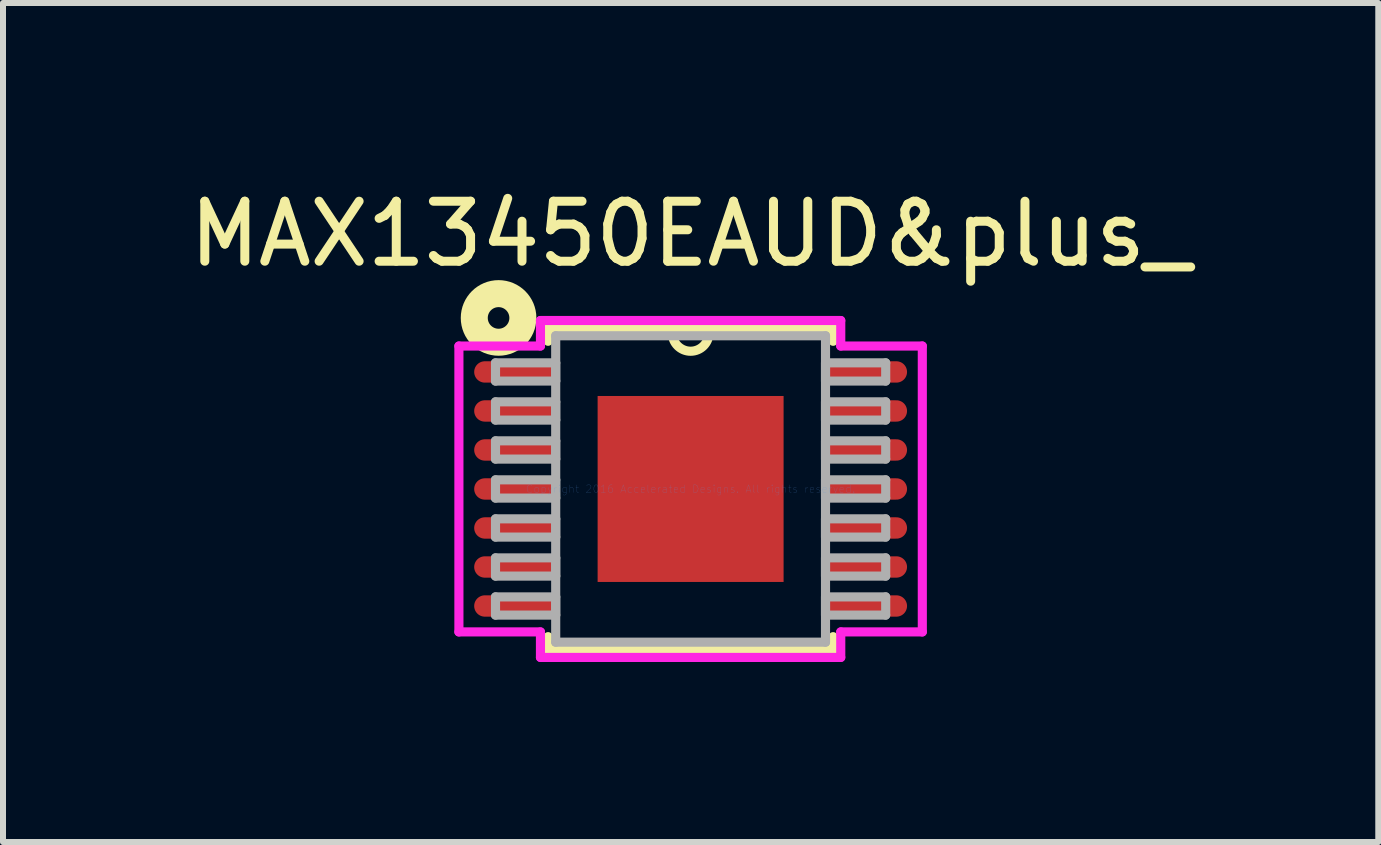
<source format=kicad_pcb>
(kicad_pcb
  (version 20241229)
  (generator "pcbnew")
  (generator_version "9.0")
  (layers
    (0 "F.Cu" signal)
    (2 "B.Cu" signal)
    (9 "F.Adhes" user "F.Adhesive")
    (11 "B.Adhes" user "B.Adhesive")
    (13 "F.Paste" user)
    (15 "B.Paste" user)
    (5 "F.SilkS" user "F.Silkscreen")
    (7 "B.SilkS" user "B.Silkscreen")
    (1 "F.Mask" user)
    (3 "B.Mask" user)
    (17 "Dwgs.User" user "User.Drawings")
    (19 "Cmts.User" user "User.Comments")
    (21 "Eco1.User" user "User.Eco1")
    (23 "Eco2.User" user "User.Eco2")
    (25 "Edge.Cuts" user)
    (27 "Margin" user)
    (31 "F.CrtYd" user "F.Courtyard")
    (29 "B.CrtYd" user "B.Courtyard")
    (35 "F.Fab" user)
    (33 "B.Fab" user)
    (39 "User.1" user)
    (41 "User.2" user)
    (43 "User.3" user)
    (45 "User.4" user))
  (footprint "MAX13450EAUD&plus_"
    (layer "F.Cu")
    (at 8.458 5.098)
    (property "Reference" "MAX13450EAUD&plus_" (at 0 -4.25 0) (layer "F.SilkS") (effects (font (size 1 1) (thickness 0.15))))
    (attr through_hole)
    (fp_line (start -2.375 -2.68) (end -2.375 -2.461) (stroke (width 0.152) (type solid)) (layer "F.SilkS"))
    (fp_line (start -2.375 2.461) (end -2.375 2.68) (stroke (width 0.152) (type solid)) (layer "F.SilkS"))
    (fp_line (start -2.375 2.68) (end 2.375 2.68) (stroke (width 0.152) (type solid)) (layer "F.SilkS"))
    (fp_line (start 2.375 -2.68) (end -2.375 -2.68) (stroke (width 0.152) (type solid)) (layer "F.SilkS"))
    (fp_line (start 2.375 -2.461) (end 2.375 -2.68) (stroke (width 0.152) (type solid)) (layer "F.SilkS"))
    (fp_line (start 2.375 2.68) (end 2.375 2.461) (stroke (width 0.152) (type solid)) (layer "F.SilkS"))
    (fp_arc (start 0.3048 -2.6) (mid 0 -2.2952) (end -0.3048 -2.6) (stroke (width 0.1524) (type solid)) (layer "F.SilkS"))
    (fp_circle (center -3.2 -2.85) (end -3.02 -2.85) (stroke (width 0.45) (type solid)) (fill no) (layer "F.SilkS"))
    (fp_line (start -1.449 -1.449) (end -1.449 -0.1) (stroke (width 0.152) (type solid)) (layer "F.Paste"))
    (fp_line (start -1.449 -0.1) (end -0.1 -0.1) (stroke (width 0.152) (type solid)) (layer "F.Paste"))
    (fp_line (start -1.449 0.1) (end -1.449 1.449) (stroke (width 0.152) (type solid)) (layer "F.Paste"))
    (fp_line (start -1.449 1.449) (end -0.1 1.449) (stroke (width 0.152) (type solid)) (layer "F.Paste"))
    (fp_line (start -0.1 -1.449) (end -1.449 -1.449) (stroke (width 0.152) (type solid)) (layer "F.Paste"))
    (fp_line (start -0.1 -0.1) (end -0.1 -1.449) (stroke (width 0.152) (type solid)) (layer "F.Paste"))
    (fp_line (start -0.1 0.1) (end -1.449 0.1) (stroke (width 0.152) (type solid)) (layer "F.Paste"))
    (fp_line (start -0.1 1.449) (end -0.1 0.1) (stroke (width 0.152) (type solid)) (layer "F.Paste"))
    (fp_line (start 0.1 -1.449) (end 0.1 -0.1) (stroke (width 0.152) (type solid)) (layer "F.Paste"))
    (fp_line (start 0.1 -0.1) (end 1.449 -0.1) (stroke (width 0.152) (type solid)) (layer "F.Paste"))
    (fp_line (start 0.1 0.1) (end 0.1 1.449) (stroke (width 0.152) (type solid)) (layer "F.Paste"))
    (fp_line (start 0.1 1.449) (end 1.449 1.449) (stroke (width 0.152) (type solid)) (layer "F.Paste"))
    (fp_line (start 1.449 -1.449) (end 0.1 -1.449) (stroke (width 0.152) (type solid)) (layer "F.Paste"))
    (fp_line (start 1.449 -0.1) (end 1.449 -1.449) (stroke (width 0.152) (type solid)) (layer "F.Paste"))
    (fp_line (start 1.449 0.1) (end 0.1 0.1) (stroke (width 0.152) (type solid)) (layer "F.Paste"))
    (fp_line (start 1.449 1.449) (end 1.449 0.1) (stroke (width 0.152) (type solid)) (layer "F.Paste"))
    (fp_line (start -3.861 -2.382) (end -2.502 -2.382) (stroke (width 0.152) (type solid)) (layer "F.CrtYd"))
    (fp_line (start -3.861 2.382) (end -3.861 -2.382) (stroke (width 0.152) (type solid)) (layer "F.CrtYd"))
    (fp_line (start -2.502 -2.807) (end 2.502 -2.807) (stroke (width 0.152) (type solid)) (layer "F.CrtYd"))
    (fp_line (start -2.502 -2.382) (end -2.502 -2.807) (stroke (width 0.152) (type solid)) (layer "F.CrtYd"))
    (fp_line (start -2.502 2.382) (end -3.861 2.382) (stroke (width 0.152) (type solid)) (layer "F.CrtYd"))
    (fp_line (start -2.502 2.807) (end -2.502 2.382) (stroke (width 0.152) (type solid)) (layer "F.CrtYd"))
    (fp_line (start 2.502 -2.807) (end 2.502 -2.382) (stroke (width 0.152) (type solid)) (layer "F.CrtYd"))
    (fp_line (start 2.502 -2.382) (end 3.861 -2.382) (stroke (width 0.152) (type solid)) (layer "F.CrtYd"))
    (fp_line (start 2.502 2.382) (end 2.502 2.807) (stroke (width 0.152) (type solid)) (layer "F.CrtYd"))
    (fp_line (start 2.502 2.807) (end -2.502 2.807) (stroke (width 0.152) (type solid)) (layer "F.CrtYd"))
    (fp_line (start 3.861 -2.382) (end 3.861 2.382) (stroke (width 0.152) (type solid)) (layer "F.CrtYd"))
    (fp_line (start 3.861 2.382) (end 2.502 2.382) (stroke (width 0.152) (type solid)) (layer "F.CrtYd"))
    (fp_line (start -3.251 -2.102) (end -3.251 -1.798) (stroke (width 0.152) (type solid)) (layer "F.Fab"))
    (fp_line (start -3.251 -1.798) (end -2.248 -1.798) (stroke (width 0.152) (type solid)) (layer "F.Fab"))
    (fp_line (start -3.251 -1.452) (end -3.251 -1.148) (stroke (width 0.152) (type solid)) (layer "F.Fab"))
    (fp_line (start -3.251 -1.148) (end -2.248 -1.148) (stroke (width 0.152) (type solid)) (layer "F.Fab"))
    (fp_line (start -3.251 -0.802) (end -3.251 -0.498) (stroke (width 0.152) (type solid)) (layer "F.Fab"))
    (fp_line (start -3.251 -0.498) (end -2.248 -0.498) (stroke (width 0.152) (type solid)) (layer "F.Fab"))
    (fp_line (start -3.251 -0.152) (end -3.251 0.152) (stroke (width 0.152) (type solid)) (layer "F.Fab"))
    (fp_line (start -3.251 0.152) (end -2.248 0.152) (stroke (width 0.152) (type solid)) (layer "F.Fab"))
    (fp_line (start -3.251 0.498) (end -3.251 0.802) (stroke (width 0.152) (type solid)) (layer "F.Fab"))
    (fp_line (start -3.251 0.802) (end -2.248 0.802) (stroke (width 0.152) (type solid)) (layer "F.Fab"))
    (fp_line (start -3.251 1.148) (end -3.251 1.452) (stroke (width 0.152) (type solid)) (layer "F.Fab"))
    (fp_line (start -3.251 1.452) (end -2.248 1.452) (stroke (width 0.152) (type solid)) (layer "F.Fab"))
    (fp_line (start -3.251 1.798) (end -3.251 2.102) (stroke (width 0.152) (type solid)) (layer "F.Fab"))
    (fp_line (start -3.251 2.102) (end -2.248 2.102) (stroke (width 0.152) (type solid)) (layer "F.Fab"))
    (fp_line (start -2.248 -2.553) (end -2.248 2.553) (stroke (width 0.152) (type solid)) (layer "F.Fab"))
    (fp_line (start -2.248 -2.102) (end -3.251 -2.102) (stroke (width 0.152) (type solid)) (layer "F.Fab"))
    (fp_line (start -2.248 -1.798) (end -2.248 -2.102) (stroke (width 0.152) (type solid)) (layer "F.Fab"))
    (fp_line (start -2.248 -1.452) (end -3.251 -1.452) (stroke (width 0.152) (type solid)) (layer "F.Fab"))
    (fp_line (start -2.248 -1.148) (end -2.248 -1.452) (stroke (width 0.152) (type solid)) (layer "F.Fab"))
    (fp_line (start -2.248 -0.802) (end -3.251 -0.802) (stroke (width 0.152) (type solid)) (layer "F.Fab"))
    (fp_line (start -2.248 -0.498) (end -2.248 -0.802) (stroke (width 0.152) (type solid)) (layer "F.Fab"))
    (fp_line (start -2.248 -0.152) (end -3.251 -0.152) (stroke (width 0.152) (type solid)) (layer "F.Fab"))
    (fp_line (start -2.248 0.152) (end -2.248 -0.152) (stroke (width 0.152) (type solid)) (layer "F.Fab"))
    (fp_line (start -2.248 0.498) (end -3.251 0.498) (stroke (width 0.152) (type solid)) (layer "F.Fab"))
    (fp_line (start -2.248 0.802) (end -2.248 0.498) (stroke (width 0.152) (type solid)) (layer "F.Fab"))
    (fp_line (start -2.248 1.148) (end -3.251 1.148) (stroke (width 0.152) (type solid)) (layer "F.Fab"))
    (fp_line (start -2.248 1.452) (end -2.248 1.148) (stroke (width 0.152) (type solid)) (layer "F.Fab"))
    (fp_line (start -2.248 1.798) (end -3.251 1.798) (stroke (width 0.152) (type solid)) (layer "F.Fab"))
    (fp_line (start -2.248 2.102) (end -2.248 1.798) (stroke (width 0.152) (type solid)) (layer "F.Fab"))
    (fp_line (start -2.248 2.553) (end 2.248 2.553) (stroke (width 0.152) (type solid)) (layer "F.Fab"))
    (fp_line (start 2.248 -2.553) (end -2.248 -2.553) (stroke (width 0.152) (type solid)) (layer "F.Fab"))
    (fp_line (start 2.248 -2.102) (end 2.248 -1.798) (stroke (width 0.152) (type solid)) (layer "F.Fab"))
    (fp_line (start 2.248 -1.798) (end 3.251 -1.798) (stroke (width 0.152) (type solid)) (layer "F.Fab"))
    (fp_line (start 2.248 -1.452) (end 2.248 -1.148) (stroke (width 0.152) (type solid)) (layer "F.Fab"))
    (fp_line (start 2.248 -1.148) (end 3.251 -1.148) (stroke (width 0.152) (type solid)) (layer "F.Fab"))
    (fp_line (start 2.248 -0.802) (end 2.248 -0.498) (stroke (width 0.152) (type solid)) (layer "F.Fab"))
    (fp_line (start 2.248 -0.498) (end 3.251 -0.498) (stroke (width 0.152) (type solid)) (layer "F.Fab"))
    (fp_line (start 2.248 -0.152) (end 2.248 0.152) (stroke (width 0.152) (type solid)) (layer "F.Fab"))
    (fp_line (start 2.248 0.152) (end 3.251 0.152) (stroke (width 0.152) (type solid)) (layer "F.Fab"))
    (fp_line (start 2.248 0.498) (end 2.248 0.802) (stroke (width 0.152) (type solid)) (layer "F.Fab"))
    (fp_line (start 2.248 0.802) (end 3.251 0.802) (stroke (width 0.152) (type solid)) (layer "F.Fab"))
    (fp_line (start 2.248 1.148) (end 2.248 1.452) (stroke (width 0.152) (type solid)) (layer "F.Fab"))
    (fp_line (start 2.248 1.452) (end 3.251 1.452) (stroke (width 0.152) (type solid)) (layer "F.Fab"))
    (fp_line (start 2.248 1.798) (end 2.248 2.102) (stroke (width 0.152) (type solid)) (layer "F.Fab"))
    (fp_line (start 2.248 2.102) (end 3.251 2.102) (stroke (width 0.152) (type solid)) (layer "F.Fab"))
    (fp_line (start 2.248 2.553) (end 2.248 -2.553) (stroke (width 0.152) (type solid)) (layer "F.Fab"))
    (fp_line (start 3.251 -2.102) (end 2.248 -2.102) (stroke (width 0.152) (type solid)) (layer "F.Fab"))
    (fp_line (start 3.251 -1.798) (end 3.251 -2.102) (stroke (width 0.152) (type solid)) (layer "F.Fab"))
    (fp_line (start 3.251 -1.452) (end 2.248 -1.452) (stroke (width 0.152) (type solid)) (layer "F.Fab"))
    (fp_line (start 3.251 -1.148) (end 3.251 -1.452) (stroke (width 0.152) (type solid)) (layer "F.Fab"))
    (fp_line (start 3.251 -0.802) (end 2.248 -0.802) (stroke (width 0.152) (type solid)) (layer "F.Fab"))
    (fp_line (start 3.251 -0.498) (end 3.251 -0.802) (stroke (width 0.152) (type solid)) (layer "F.Fab"))
    (fp_line (start 3.251 -0.152) (end 2.248 -0.152) (stroke (width 0.152) (type solid)) (layer "F.Fab"))
    (fp_line (start 3.251 0.152) (end 3.251 -0.152) (stroke (width 0.152) (type solid)) (layer "F.Fab"))
    (fp_line (start 3.251 0.498) (end 2.248 0.498) (stroke (width 0.152) (type solid)) (layer "F.Fab"))
    (fp_line (start 3.251 0.802) (end 3.251 0.498) (stroke (width 0.152) (type solid)) (layer "F.Fab"))
    (fp_line (start 3.251 1.148) (end 2.248 1.148) (stroke (width 0.152) (type solid)) (layer "F.Fab"))
    (fp_line (start 3.251 1.452) (end 3.251 1.148) (stroke (width 0.152) (type solid)) (layer "F.Fab"))
    (fp_line (start 3.251 1.798) (end 2.248 1.798) (stroke (width 0.152) (type solid)) (layer "F.Fab"))
    (fp_line (start 3.251 2.102) (end 3.251 1.798) (stroke (width 0.152) (type solid)) (layer "F.Fab"))
    (fp_text user "Copyright 2016 Accelerated Designs. All rights reserved." (at 0 0 0) (layer "Cmts.User") (effects (font (size 0.127 0.127) (thickness 0.002))))
    (pad "1" smd oval (at -2.927 -1.95) (size 1.359 0.356) (layers "F.Cu" "F.Mask" "F.Paste"))
    (pad "2" smd oval (at -2.927 -1.3) (size 1.359 0.356) (layers "F.Cu" "F.Mask" "F.Paste"))
    (pad "3" smd oval (at -2.927 -0.65) (size 1.359 0.356) (layers "F.Cu" "F.Mask" "F.Paste"))
    (pad "4" smd oval (at -2.927 0) (size 1.359 0.356) (layers "F.Cu" "F.Mask" "F.Paste"))
    (pad "5" smd oval (at -2.927 0.65) (size 1.359 0.356) (layers "F.Cu" "F.Mask" "F.Paste"))
    (pad "6" smd oval (at -2.927 1.3) (size 1.359 0.356) (layers "F.Cu" "F.Mask" "F.Paste"))
    (pad "7" smd oval (at -2.927 1.95) (size 1.359 0.356) (layers "F.Cu" "F.Mask" "F.Paste"))
    (pad "8" smd oval (at 2.927 1.95) (size 1.359 0.356) (layers "F.Cu" "F.Mask" "F.Paste"))
    (pad "9" smd oval (at 2.927 1.3) (size 1.359 0.356) (layers "F.Cu" "F.Mask" "F.Paste"))
    (pad "10" smd oval (at 2.927 0.65) (size 1.359 0.356) (layers "F.Cu" "F.Mask" "F.Paste"))
    (pad "11" smd oval (at 2.927 0) (size 1.359 0.356) (layers "F.Cu" "F.Mask" "F.Paste"))
    (pad "12" smd oval (at 2.927 -0.65) (size 1.359 0.356) (layers "F.Cu" "F.Mask" "F.Paste"))
    (pad "13" smd oval (at 2.927 -1.3) (size 1.359 0.356) (layers "F.Cu" "F.Mask" "F.Paste"))
    (pad "14" smd oval (at 2.927 -1.95) (size 1.359 0.356) (layers "F.Cu" "F.Mask" "F.Paste"))
    (pad "15" smd rect (at 0 0) (size 3.099 3.099) (layers "F.Cu" "F.Mask" "F.Paste")))
  (gr_rect
    (start -3 -3)
    (end 19.917 10.981)
    (stroke (width 0.1) (type default))
    (fill no)
    (layer "Edge.Cuts")))
</source>
